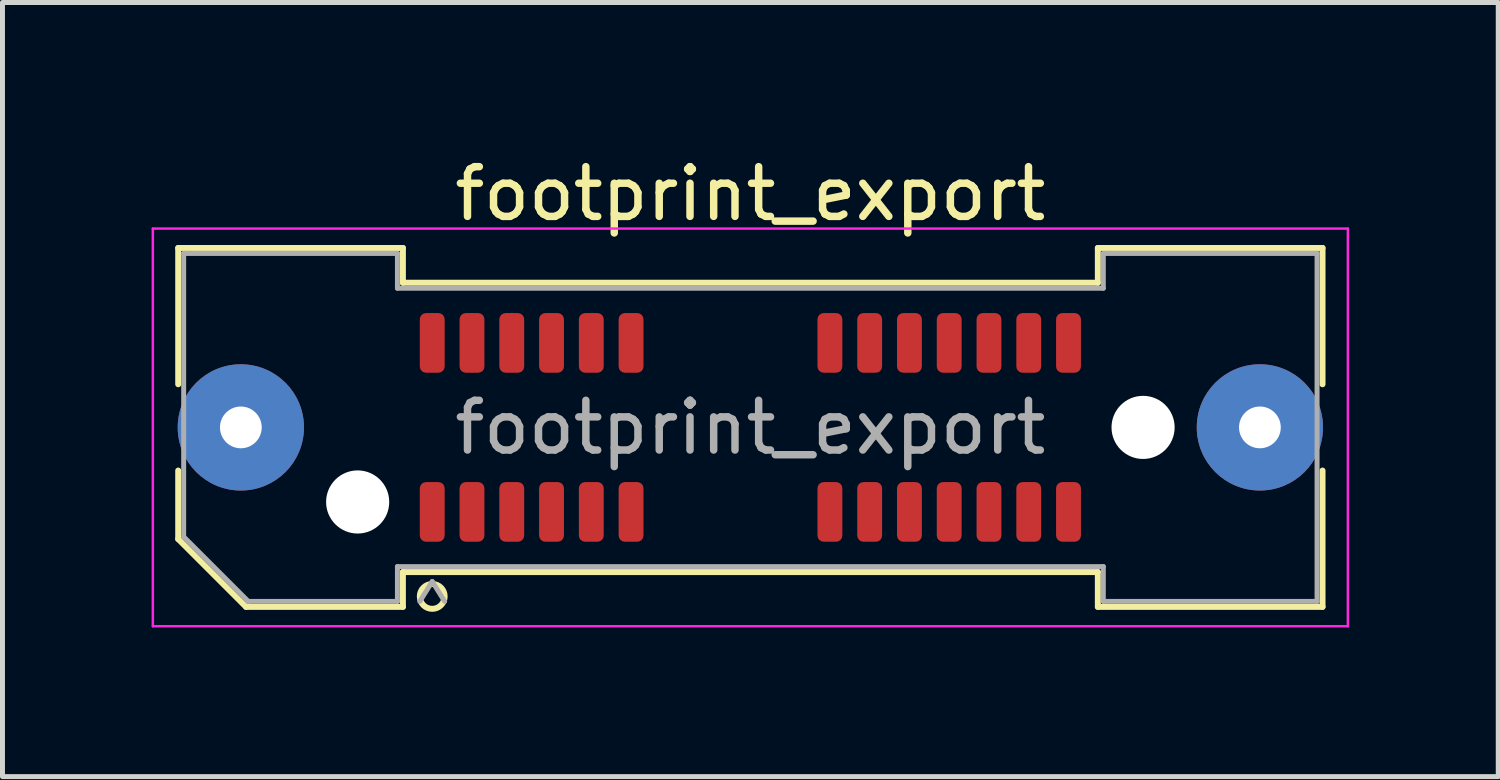
<source format=kicad_pcb>
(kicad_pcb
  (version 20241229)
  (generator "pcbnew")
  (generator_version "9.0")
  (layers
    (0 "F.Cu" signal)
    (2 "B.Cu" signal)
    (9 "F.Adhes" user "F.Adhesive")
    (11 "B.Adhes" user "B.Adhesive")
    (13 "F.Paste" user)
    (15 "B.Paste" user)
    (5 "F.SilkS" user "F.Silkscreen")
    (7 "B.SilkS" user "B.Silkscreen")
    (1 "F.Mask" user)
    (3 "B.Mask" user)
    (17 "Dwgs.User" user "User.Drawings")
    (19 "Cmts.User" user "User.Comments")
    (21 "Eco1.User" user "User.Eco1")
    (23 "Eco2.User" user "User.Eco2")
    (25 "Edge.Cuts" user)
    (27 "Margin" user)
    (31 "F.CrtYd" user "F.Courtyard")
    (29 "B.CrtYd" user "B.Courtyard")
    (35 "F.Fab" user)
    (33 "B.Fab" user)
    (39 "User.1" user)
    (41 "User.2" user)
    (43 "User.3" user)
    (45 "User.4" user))
  (footprint "footprint_export"
    (layer "F.Cu")
    (at 12.045 5.548)
    (property "Reference" "footprint_export" (at 0 -4.7 0) (layer "F.SilkS") (effects (font (size 1 1) (thickness 0.15))))
    (attr smd)
    (fp_line (start -11.51 -3.61) (end -6.99 -3.61) (stroke (width 0.12) (type solid)) (layer "F.SilkS"))
    (fp_line (start -11.51 -0.868) (end -11.51 -3.61) (stroke (width 0.12) (type solid)) (layer "F.SilkS"))
    (fp_line (start -11.51 2.246) (end -11.51 0.868) (stroke (width 0.12) (type solid)) (layer "F.SilkS"))
    (fp_line (start -10.146 3.61) (end -11.51 2.246) (stroke (width 0.12) (type solid)) (layer "F.SilkS"))
    (fp_line (start -6.99 -3.61) (end -6.99 -2.91) (stroke (width 0.12) (type solid)) (layer "F.SilkS"))
    (fp_line (start -6.99 -2.91) (end 6.99 -2.91) (stroke (width 0.12) (type solid)) (layer "F.SilkS"))
    (fp_line (start -6.99 2.91) (end -6.99 3.61) (stroke (width 0.12) (type solid)) (layer "F.SilkS"))
    (fp_line (start -6.99 3.61) (end -10.146 3.61) (stroke (width 0.12) (type solid)) (layer "F.SilkS"))
    (fp_line (start 6.99 -3.61) (end 11.51 -3.61) (stroke (width 0.12) (type solid)) (layer "F.SilkS"))
    (fp_line (start 6.99 -2.91) (end 6.99 -3.61) (stroke (width 0.12) (type solid)) (layer "F.SilkS"))
    (fp_line (start 6.99 2.91) (end -6.99 2.91) (stroke (width 0.12) (type solid)) (layer "F.SilkS"))
    (fp_line (start 6.99 3.61) (end 6.99 2.91) (stroke (width 0.12) (type solid)) (layer "F.SilkS"))
    (fp_line (start 11.51 -3.61) (end 11.51 -0.868) (stroke (width 0.12) (type solid)) (layer "F.SilkS"))
    (fp_line (start 11.51 0.868) (end 11.51 3.61) (stroke (width 0.12) (type solid)) (layer "F.SilkS"))
    (fp_line (start 11.51 3.61) (end 6.99 3.61) (stroke (width 0.12) (type solid)) (layer "F.SilkS"))
    (fp_arc (start -6.15 3.4) (mid -6.65 3.4) (end -6.15 3.4) (stroke (width 0.12) (type solid)) (layer "F.SilkS"))
    (fp_line (start -12.02 -4) (end -12.02 4) (stroke (width 0.05) (type solid)) (layer "F.CrtYd"))
    (fp_line (start -12.02 4) (end 12.02 4) (stroke (width 0.05) (type solid)) (layer "F.CrtYd"))
    (fp_line (start 12.02 -4) (end -12.02 -4) (stroke (width 0.05) (type solid)) (layer "F.CrtYd"))
    (fp_line (start 12.02 4) (end 12.02 -4) (stroke (width 0.05) (type solid)) (layer "F.CrtYd"))
    (fp_line (start -11.4 -3.5) (end -7.1 -3.5) (stroke (width 0.1) (type solid)) (layer "F.Fab"))
    (fp_line (start -11.4 2.2) (end -11.4 -3.5) (stroke (width 0.1) (type solid)) (layer "F.Fab"))
    (fp_line (start -10.1 3.5) (end -11.4 2.2) (stroke (width 0.1) (type solid)) (layer "F.Fab"))
    (fp_line (start -7.1 -3.5) (end -7.1 -2.8) (stroke (width 0.1) (type solid)) (layer "F.Fab"))
    (fp_line (start -7.1 -2.8) (end 7.1 -2.8) (stroke (width 0.1) (type solid)) (layer "F.Fab"))
    (fp_line (start -7.1 2.8) (end -7.1 3.5) (stroke (width 0.1) (type solid)) (layer "F.Fab"))
    (fp_line (start -7.1 3.5) (end -10.1 3.5) (stroke (width 0.1) (type solid)) (layer "F.Fab"))
    (fp_line (start -6.4 3.1) (end -6.65 3.5) (stroke (width 0.1) (type solid)) (layer "F.Fab"))
    (fp_line (start -6.4 3.1) (end -6.15 3.5) (stroke (width 0.1) (type solid)) (layer "F.Fab"))
    (fp_line (start 7.1 -3.5) (end 11.4 -3.5) (stroke (width 0.1) (type solid)) (layer "F.Fab"))
    (fp_line (start 7.1 -2.8) (end 7.1 -3.5) (stroke (width 0.1) (type solid)) (layer "F.Fab"))
    (fp_line (start 7.1 2.8) (end -7.1 2.8) (stroke (width 0.1) (type solid)) (layer "F.Fab"))
    (fp_line (start 7.1 3.5) (end 7.1 2.8) (stroke (width 0.1) (type solid)) (layer "F.Fab"))
    (fp_line (start 11.4 -3.5) (end 11.4 3.5) (stroke (width 0.1) (type solid)) (layer "F.Fab"))
    (fp_line (start 11.4 3.5) (end 7.1 3.5) (stroke (width 0.1) (type solid)) (layer "F.Fab"))
    (fp_text user "${REFERENCE}" (at 0 0 0) (layer "F.Fab") (effects (font (size 1 1) (thickness 0.15))))
    (pad "" thru_hole circle (at -10.25 0) (size 2.54 2.54) (drill 0.84) (layers "*.Cu" "*.Mask" "F.Paste"))
    (pad "" np_thru_hole circle (at -7.9 1.5) (size 1.27 1.27) (drill 1.27) (layers "*.Cu" "*.Mask"))
    (pad "" np_thru_hole circle (at 7.9 0) (size 1.27 1.27) (drill 1.27) (layers "*.Cu" "*.Mask"))
    (pad "" thru_hole circle (at 10.25 0) (size 2.54 2.54) (drill 0.84) (layers "*.Cu" "*.Mask" "F.Paste"))
    (pad "1" smd roundrect (at -6.4 1.7) (size 0.5 1.2) (layers "F.Cu" "F.Mask" "F.Paste") (roundrect_rratio 0.25))
    (pad "2" smd roundrect (at -6.4 -1.7) (size 0.5 1.2) (layers "F.Cu" "F.Mask" "F.Paste") (roundrect_rratio 0.25))
    (pad "3" smd roundrect (at -5.6 1.7) (size 0.5 1.2) (layers "F.Cu" "F.Mask" "F.Paste") (roundrect_rratio 0.25))
    (pad "4" smd roundrect (at -5.6 -1.7) (size 0.5 1.2) (layers "F.Cu" "F.Mask" "F.Paste") (roundrect_rratio 0.25))
    (pad "5" smd roundrect (at -4.8 1.7) (size 0.5 1.2) (layers "F.Cu" "F.Mask" "F.Paste") (roundrect_rratio 0.25))
    (pad "6" smd roundrect (at -4.8 -1.7) (size 0.5 1.2) (layers "F.Cu" "F.Mask" "F.Paste") (roundrect_rratio 0.25))
    (pad "7" smd roundrect (at -4 1.7) (size 0.5 1.2) (layers "F.Cu" "F.Mask" "F.Paste") (roundrect_rratio 0.25))
    (pad "8" smd roundrect (at -4 -1.7) (size 0.5 1.2) (layers "F.Cu" "F.Mask" "F.Paste") (roundrect_rratio 0.25))
    (pad "9" smd roundrect (at -3.2 1.7) (size 0.5 1.2) (layers "F.Cu" "F.Mask" "F.Paste") (roundrect_rratio 0.25))
    (pad "10" smd roundrect (at -3.2 -1.7) (size 0.5 1.2) (layers "F.Cu" "F.Mask" "F.Paste") (roundrect_rratio 0.25))
    (pad "11" smd roundrect (at -2.4 1.7) (size 0.5 1.2) (layers "F.Cu" "F.Mask" "F.Paste") (roundrect_rratio 0.25))
    (pad "12" smd roundrect (at -2.4 -1.7) (size 0.5 1.2) (layers "F.Cu" "F.Mask" "F.Paste") (roundrect_rratio 0.25))
    (pad "13" smd roundrect (at 1.6 1.7) (size 0.5 1.2) (layers "F.Cu" "F.Mask" "F.Paste") (roundrect_rratio 0.25))
    (pad "14" smd roundrect (at 1.6 -1.7) (size 0.5 1.2) (layers "F.Cu" "F.Mask" "F.Paste") (roundrect_rratio 0.25))
    (pad "15" smd roundrect (at 2.4 1.7) (size 0.5 1.2) (layers "F.Cu" "F.Mask" "F.Paste") (roundrect_rratio 0.25))
    (pad "16" smd roundrect (at 2.4 -1.7) (size 0.5 1.2) (layers "F.Cu" "F.Mask" "F.Paste") (roundrect_rratio 0.25))
    (pad "17" smd roundrect (at 3.2 1.7) (size 0.5 1.2) (layers "F.Cu" "F.Mask" "F.Paste") (roundrect_rratio 0.25))
    (pad "18" smd roundrect (at 3.2 -1.7) (size 0.5 1.2) (layers "F.Cu" "F.Mask" "F.Paste") (roundrect_rratio 0.25))
    (pad "19" smd roundrect (at 4 1.7) (size 0.5 1.2) (layers "F.Cu" "F.Mask" "F.Paste") (roundrect_rratio 0.25))
    (pad "20" smd roundrect (at 4 -1.7) (size 0.5 1.2) (layers "F.Cu" "F.Mask" "F.Paste") (roundrect_rratio 0.25))
    (pad "21" smd roundrect (at 4.8 1.7) (size 0.5 1.2) (layers "F.Cu" "F.Mask" "F.Paste") (roundrect_rratio 0.25))
    (pad "22" smd roundrect (at 4.8 -1.7) (size 0.5 1.2) (layers "F.Cu" "F.Mask" "F.Paste") (roundrect_rratio 0.25))
    (pad "23" smd roundrect (at 5.6 1.7) (size 0.5 1.2) (layers "F.Cu" "F.Mask" "F.Paste") (roundrect_rratio 0.25))
    (pad "24" smd roundrect (at 5.6 -1.7) (size 0.5 1.2) (layers "F.Cu" "F.Mask" "F.Paste") (roundrect_rratio 0.25))
    (pad "25" smd roundrect (at 6.4 1.7) (size 0.5 1.2) (layers "F.Cu" "F.Mask" "F.Paste") (roundrect_rratio 0.25))
    (pad "26" smd roundrect (at 6.4 -1.7) (size 0.5 1.2) (layers "F.Cu" "F.Mask" "F.Paste") (roundrect_rratio 0.25)))
  (gr_rect
    (start -3 -3)
    (end 27.09 12.573)
    (stroke (width 0.1) (type default))
    (fill no)
    (layer "Edge.Cuts")))
</source>
